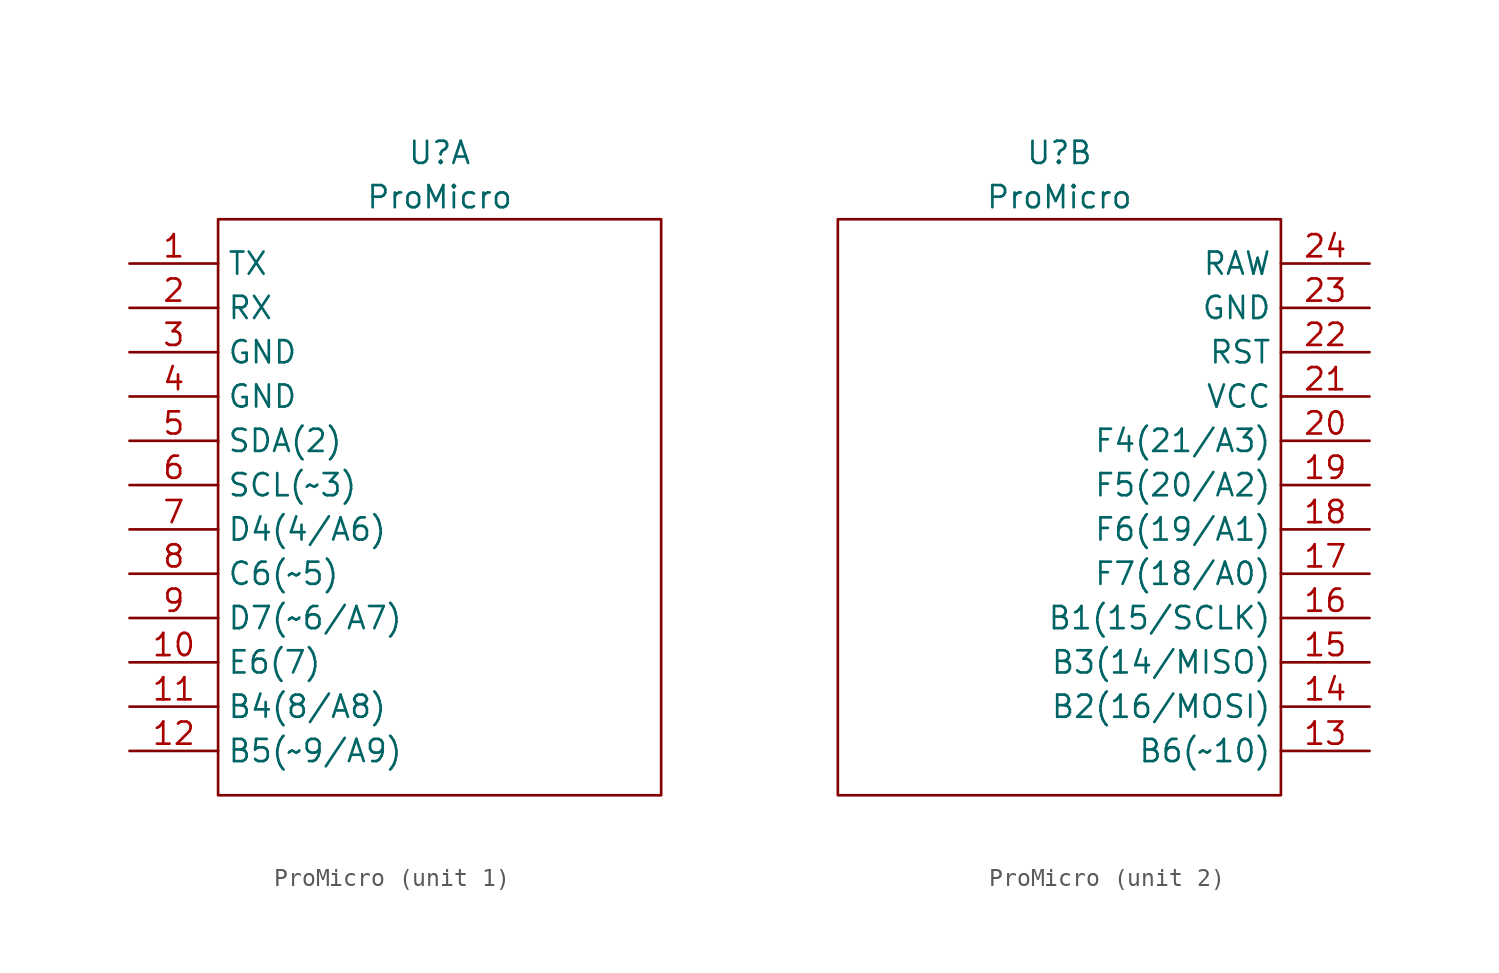
<source format=kicad_sym>
(kicad_symbol_lib
  (version 20220914)
  (generator kicad_symbol_editor)
  (symbol "ProMicro"
    (property "Reference" "U"
      (at 0 8.89 0)
      (effects (font (size 1.27 1.27))))
    (property "Value" "ProMicro"
      (at 0 6.35 0)
      (effects (font (size 1.27 1.27))))
    (property "ki_locked" ""
      (at 0 0 0)
      (effects (font (size 1.27 1.27))))
    (symbol "ProMicro_0_1"
      (rectangle (start -12.7 5.08) (end 12.7 -27.94) (stroke (width 0) (type solid)) (fill (type none))))
    (symbol "ProMicro_1_1"
      (pin bidirectional line (at -17.78 2.54 0) (length 5.08) (name "TX" (effects (font (size 1.27 1.27)))) (number "1" (effects (font (size 1.27 1.27)))))
      (pin bidirectional line (at -17.78 -20.32 0) (length 5.08) (name "E6(7)" (effects (font (size 1.27 1.27)))) (number "10" (effects (font (size 1.27 1.27)))))
      (pin bidirectional line (at -17.78 -22.86 0) (length 5.08) (name "B4(8/A8)" (effects (font (size 1.27 1.27)))) (number "11" (effects (font (size 1.27 1.27)))))
      (pin bidirectional line (at -17.78 -25.4 0) (length 5.08) (name "B5(~9/A9)" (effects (font (size 1.27 1.27)))) (number "12" (effects (font (size 1.27 1.27)))))
      (pin bidirectional line (at -17.78 0 0) (length 5.08) (name "RX" (effects (font (size 1.27 1.27)))) (number "2" (effects (font (size 1.27 1.27)))))
      (pin power_in line (at -17.78 -2.54 0) (length 5.08) (name "GND" (effects (font (size 1.27 1.27)))) (number "3" (effects (font (size 1.27 1.27)))))
      (pin power_in line (at -17.78 -5.08 0) (length 5.08) (name "GND" (effects (font (size 1.27 1.27)))) (number "4" (effects (font (size 1.27 1.27)))))
      (pin bidirectional line (at -17.78 -7.62 0) (length 5.08) (name "SDA(2)" (effects (font (size 1.27 1.27)))) (number "5" (effects (font (size 1.27 1.27)))))
      (pin bidirectional line (at -17.78 -10.16 0) (length 5.08) (name "SCL(~3)" (effects (font (size 1.27 1.27)))) (number "6" (effects (font (size 1.27 1.27)))))
      (pin bidirectional line (at -17.78 -12.7 0) (length 5.08) (name "D4(4/A6)" (effects (font (size 1.27 1.27)))) (number "7" (effects (font (size 1.27 1.27)))))
      (pin bidirectional line (at -17.78 -15.24 0) (length 5.08) (name "C6(~5)" (effects (font (size 1.27 1.27)))) (number "8" (effects (font (size 1.27 1.27)))))
      (pin bidirectional line (at -17.78 -17.78 0) (length 5.08) (name "D7(~6/A7)" (effects (font (size 1.27 1.27)))) (number "9" (effects (font (size 1.27 1.27))))))
    (symbol "ProMicro_2_1"
      (pin bidirectional line (at 17.78 -25.4 180) (length 5.08) (name "B6(~10)" (effects (font (size 1.27 1.27)))) (number "13" (effects (font (size 1.27 1.27)))))
      (pin bidirectional line (at 17.78 -22.86 180) (length 5.08) (name "B2(16/MOSI)" (effects (font (size 1.27 1.27)))) (number "14" (effects (font (size 1.27 1.27)))))
      (pin bidirectional line (at 17.78 -20.32 180) (length 5.08) (name "B3(14/MISO)" (effects (font (size 1.27 1.27)))) (number "15" (effects (font (size 1.27 1.27)))))
      (pin bidirectional line (at 17.78 -17.78 180) (length 5.08) (name "B1(15/SCLK)" (effects (font (size 1.27 1.27)))) (number "16" (effects (font (size 1.27 1.27)))))
      (pin bidirectional line (at 17.78 -15.24 180) (length 5.08) (name "F7(18/A0)" (effects (font (size 1.27 1.27)))) (number "17" (effects (font (size 1.27 1.27)))))
      (pin bidirectional line (at 17.78 -12.7 180) (length 5.08) (name "F6(19/A1)" (effects (font (size 1.27 1.27)))) (number "18" (effects (font (size 1.27 1.27)))))
      (pin bidirectional line (at 17.78 -10.16 180) (length 5.08) (name "F5(20/A2)" (effects (font (size 1.27 1.27)))) (number "19" (effects (font (size 1.27 1.27)))))
      (pin bidirectional line (at 17.78 -7.62 180) (length 5.08) (name "F4(21/A3)" (effects (font (size 1.27 1.27)))) (number "20" (effects (font (size 1.27 1.27)))))
      (pin power_in line (at 17.78 -5.08 180) (length 5.08) (name "VCC" (effects (font (size 1.27 1.27)))) (number "21" (effects (font (size 1.27 1.27)))))
      (pin input line (at 17.78 -2.54 180) (length 5.08) (name "RST" (effects (font (size 1.27 1.27)))) (number "22" (effects (font (size 1.27 1.27)))))
      (pin power_in line (at 17.78 0 180) (length 5.08) (name "GND" (effects (font (size 1.27 1.27)))) (number "23" (effects (font (size 1.27 1.27)))))
      (pin power_out line (at 17.78 2.54 180) (length 5.08) (name "RAW" (effects (font (size 1.27 1.27)))) (number "24" (effects (font (size 1.27 1.27))))))))
</source>
